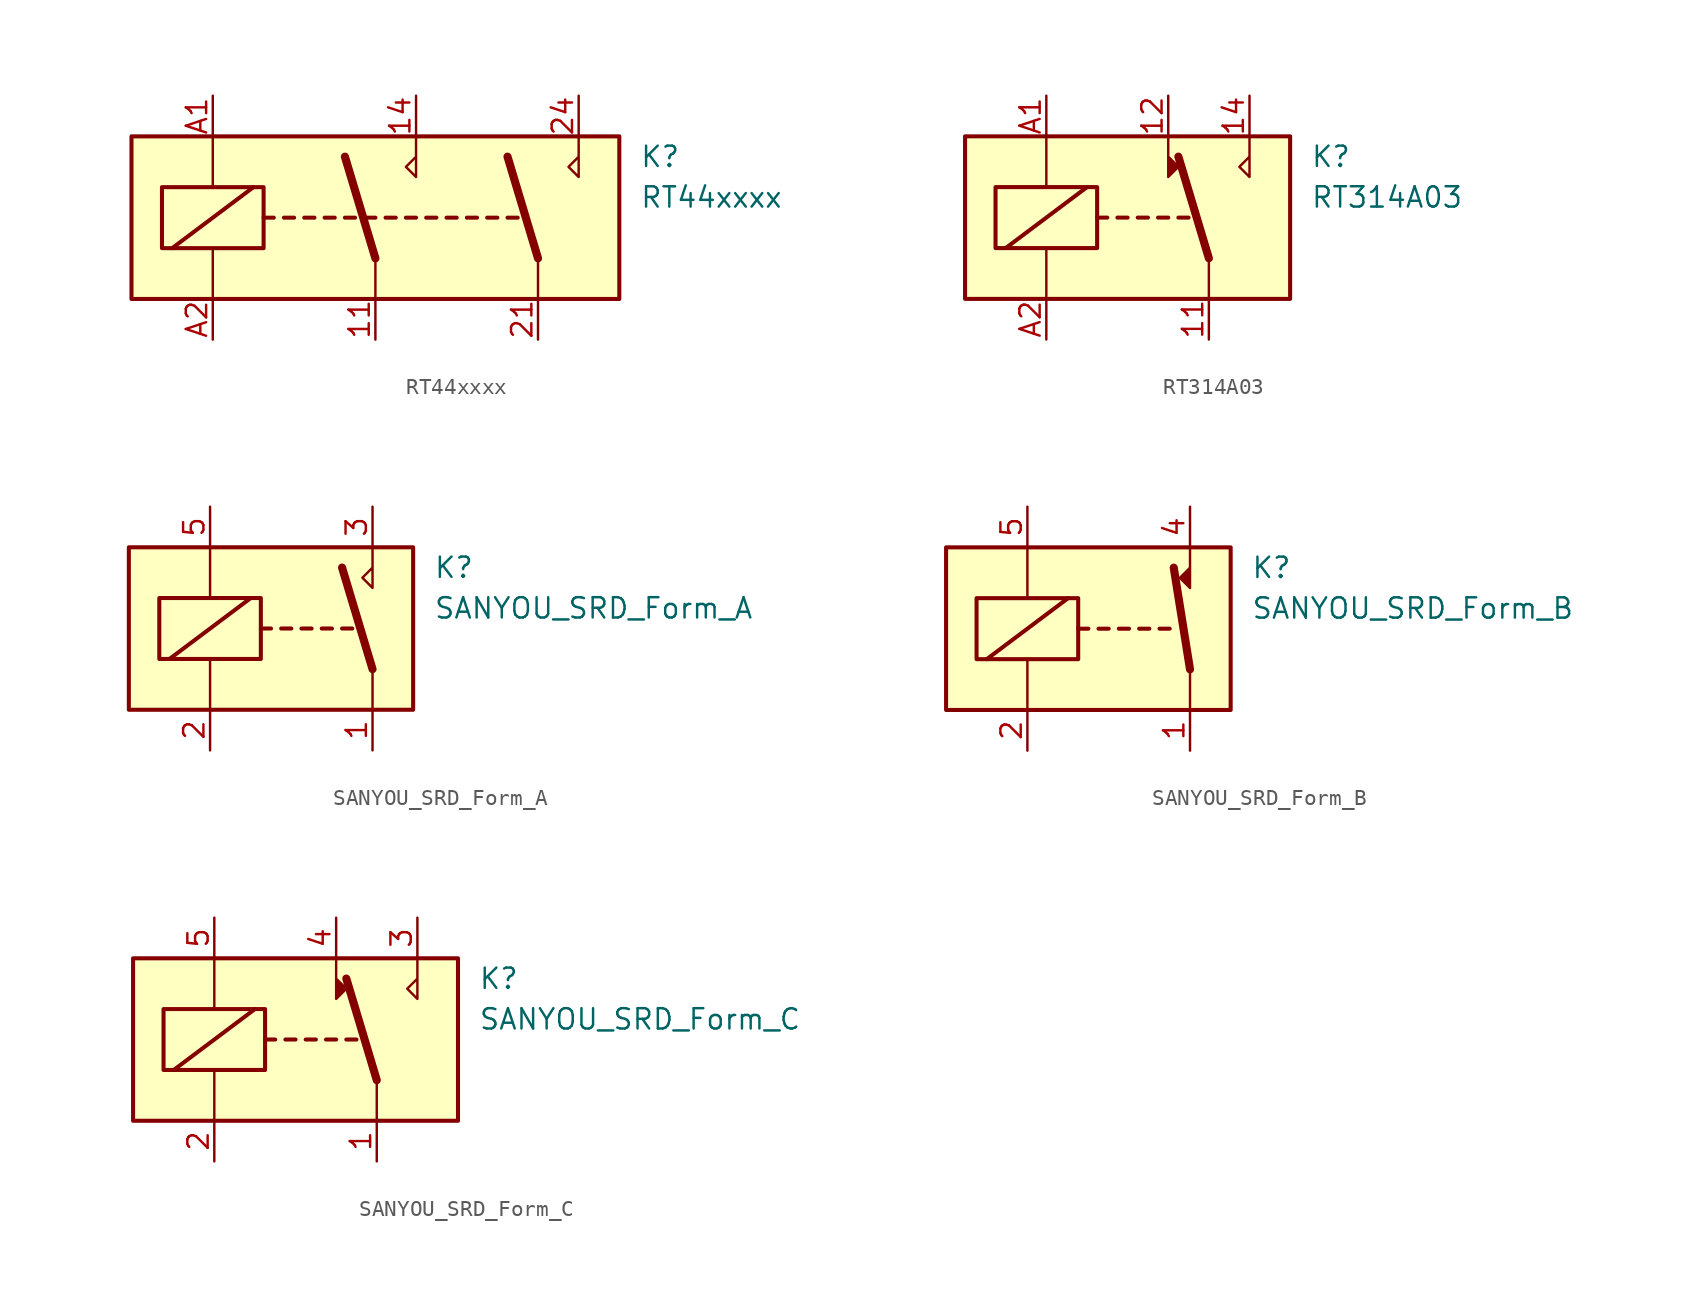
<source format=kicad_sym>
(kicad_symbol_lib
  (version 20201005)
  (generator kicad_symbol_editor)
  (symbol "RT44xxxx"
    (property "Reference" "K"
      (at 16.51 3.81 0)
      (effects (font (size 1.27 1.27)) (justify left)))
    (property "Value" "RT44xxxx"
      (at 16.51 1.27 0)
      (effects (font (size 1.27 1.27)) (justify left)))
    (symbol "RT44xxxx_0_1"
      (rectangle (start -13.335 1.905) (end -6.985 -1.905) (stroke (width 0.254)) (fill (type none)))
      (rectangle (start -15.24 5.08) (end 15.24 -5.08) (stroke (width 0.254)) (fill (type background)))
      (polyline (pts (xy -12.7 -1.905) (xy -7.62 1.905)) (stroke (width 0.254)) (fill (type none)))
      (polyline (pts (xy -10.16 -5.08) (xy -10.16 -1.905)) (stroke (width 0)) (fill (type none)))
      (polyline (pts (xy -10.16 5.08) (xy -10.16 1.905)) (stroke (width 0)) (fill (type none)))
      (polyline (pts (xy -6.985 0) (xy -6.35 0)) (stroke (width 0.254)) (fill (type none)))
      (polyline (pts (xy -5.715 0) (xy -5.08 0)) (stroke (width 0.254)) (fill (type none)))
      (polyline (pts (xy -4.445 0) (xy -3.81 0)) (stroke (width 0.254)) (fill (type none)))
      (polyline (pts (xy -3.175 0) (xy -2.54 0)) (stroke (width 0.254)) (fill (type none)))
      (polyline (pts (xy -1.905 0) (xy -1.27 0)) (stroke (width 0.254)) (fill (type none)))
      (polyline (pts (xy -0.635 0) (xy 0 0)) (stroke (width 0.254)) (fill (type none)))
      (polyline (pts (xy 0 -2.54) (xy -1.905 3.81)) (stroke (width 0.508)) (fill (type none)))
      (polyline (pts (xy 0 -2.54) (xy 0 -5.08)) (stroke (width 0)) (fill (type none)))
      (polyline (pts (xy 0.635 0) (xy 1.27 0)) (stroke (width 0.254)) (fill (type none)))
      (polyline (pts (xy 1.905 0) (xy 2.54 0)) (stroke (width 0.254)) (fill (type none)))
      (polyline (pts (xy 3.175 0) (xy 3.81 0)) (stroke (width 0.254)) (fill (type none)))
      (polyline (pts (xy 4.445 0) (xy 5.08 0)) (stroke (width 0.254)) (fill (type none)))
      (polyline (pts (xy 5.715 0) (xy 6.35 0)) (stroke (width 0.254)) (fill (type none)))
      (polyline (pts (xy 6.985 0) (xy 7.62 0)) (stroke (width 0.254)) (fill (type none)))
      (polyline (pts (xy 8.255 0) (xy 8.89 0)) (stroke (width 0.254)) (fill (type none)))
      (polyline (pts (xy 10.16 -2.54) (xy 8.255 3.81)) (stroke (width 0.508)) (fill (type none)))
      (polyline (pts (xy 10.16 -2.54) (xy 10.16 -5.08)) (stroke (width 0)) (fill (type none)))
      (polyline (pts (xy 2.54 5.08) (xy 2.54 2.54) (xy 1.905 3.175) (xy 2.54 3.81)) (stroke (width 0)) (fill (type none)))
      (polyline (pts (xy 12.7 5.08) (xy 12.7 2.54) (xy 12.065 3.175) (xy 12.7 3.81)) (stroke (width 0)) (fill (type none))))
    (symbol "RT44xxxx_1_1"
      (pin passive line (at 0 -7.62 90) (length 2.54) (name "~" (effects (font (size 1.27 1.27)))) (number "11" (effects (font (size 1.27 1.27)))))
      (pin passive line (at 2.54 7.62 270) (length 2.54) (name "~" (effects (font (size 1.27 1.27)))) (number "14" (effects (font (size 1.27 1.27)))))
      (pin passive line (at 10.16 -7.62 90) (length 2.54) (name "~" (effects (font (size 1.27 1.27)))) (number "21" (effects (font (size 1.27 1.27)))))
      (pin passive line (at 12.7 7.62 270) (length 2.54) (name "~" (effects (font (size 1.27 1.27)))) (number "24" (effects (font (size 1.27 1.27)))))
      (pin passive line (at -10.16 7.62 270) (length 2.54) (name "~" (effects (font (size 1.27 1.27)))) (number "A1" (effects (font (size 1.27 1.27)))))
      (pin passive line (at -10.16 -7.62 90) (length 2.54) (name "~" (effects (font (size 1.27 1.27)))) (number "A2" (effects (font (size 1.27 1.27)))))))
  (symbol "RT314A03"
    (property "Reference" "K"
      (at 11.43 3.81 0)
      (effects (font (size 1.27 1.27)) (justify left)))
    (property "Value" "RT314A03"
      (at 11.43 1.27 0)
      (effects (font (size 1.27 1.27)) (justify left)))
    (symbol "RT314A03_0_0"
      (polyline (pts (xy -2.54 1.905) (xy -7.62 -1.905)) (stroke (width 0.254)) (fill (type none))))
    (symbol "RT314A03_0_1"
      (rectangle (start -8.255 1.905) (end -1.905 -1.905) (stroke (width 0.254)) (fill (type none)))
      (rectangle (start -10.16 5.08) (end 10.16 -5.08) (stroke (width 0.254)) (fill (type background)))
      (polyline (pts (xy -5.08 -5.08) (xy -5.08 -1.905)) (stroke (width 0)) (fill (type none)))
      (polyline (pts (xy -5.08 5.08) (xy -5.08 1.905)) (stroke (width 0)) (fill (type none)))
      (polyline (pts (xy -1.905 0) (xy -1.27 0)) (stroke (width 0.254)) (fill (type none)))
      (polyline (pts (xy -0.635 0) (xy 0 0)) (stroke (width 0.254)) (fill (type none)))
      (polyline (pts (xy 0.635 0) (xy 1.27 0)) (stroke (width 0.254)) (fill (type none)))
      (polyline (pts (xy 1.905 0) (xy 2.54 0)) (stroke (width 0.254)) (fill (type none)))
      (polyline (pts (xy 3.175 0) (xy 3.81 0)) (stroke (width 0.254)) (fill (type none)))
      (polyline (pts (xy 5.08 -2.54) (xy 3.175 3.81)) (stroke (width 0.508)) (fill (type none)))
      (polyline (pts (xy 5.08 -2.54) (xy 5.08 -5.08)) (stroke (width 0)) (fill (type none)))
      (polyline (pts (xy 7.62 5.08) (xy 7.62 2.54) (xy 6.985 3.175) (xy 7.62 3.81)) (stroke (width 0)) (fill (type none)))
      (polyline (pts (xy 2.54 5.08) (xy 2.54 2.54) (xy 3.175 3.175) (xy 2.54 3.81)) (stroke (width 0)) (fill (type outline))))
    (symbol "RT314A03_1_1"
      (pin passive line (at 5.08 -7.62 90) (length 2.54) (name "~" (effects (font (size 1.27 1.27)))) (number "11" (effects (font (size 1.27 1.27)))))
      (pin passive line (at 2.54 7.62 270) (length 2.54) (name "~" (effects (font (size 1.27 1.27)))) (number "12" (effects (font (size 1.27 1.27)))))
      (pin passive line (at 7.62 7.62 270) (length 2.54) (name "~" (effects (font (size 1.27 1.27)))) (number "14" (effects (font (size 1.27 1.27)))))
      (pin passive line (at -5.08 7.62 270) (length 2.54) (name "~" (effects (font (size 1.27 1.27)))) (number "A1" (effects (font (size 1.27 1.27)))))
      (pin passive line (at -5.08 -7.62 90) (length 2.54) (name "~" (effects (font (size 1.27 1.27)))) (number "A2" (effects (font (size 1.27 1.27)))))))
  (symbol "SANYOU_SRD_Form_A"
    (property "Reference" "K"
      (at 8.89 3.81 0)
      (effects (font (size 1.27 1.27)) (justify left)))
    (property "Value" "SANYOU_SRD_Form_A"
      (at 8.89 1.27 0)
      (effects (font (size 1.27 1.27)) (justify left)))
    (symbol "SANYOU_SRD_Form_A_0_0"
      (polyline (pts (xy 5.08 5.08) (xy 5.08 2.54) (xy 4.445 3.175) (xy 5.08 3.81)) (stroke (width 0)) (fill (type none))))
    (symbol "SANYOU_SRD_Form_A_0_1"
      (rectangle (start -8.255 1.905) (end -1.905 -1.905) (stroke (width 0.254)) (fill (type none)))
      (rectangle (start -10.16 5.08) (end 7.62 -5.08) (stroke (width 0.254)) (fill (type background)))
      (polyline (pts (xy -7.62 -1.905) (xy -2.54 1.905)) (stroke (width 0.254)) (fill (type none)))
      (polyline (pts (xy -5.08 -5.08) (xy -5.08 -1.905)) (stroke (width 0)) (fill (type none)))
      (polyline (pts (xy -5.08 5.08) (xy -5.08 1.905)) (stroke (width 0)) (fill (type none)))
      (polyline (pts (xy -1.905 0) (xy -1.27 0)) (stroke (width 0.254)) (fill (type none)))
      (polyline (pts (xy -0.635 0) (xy 0 0)) (stroke (width 0.254)) (fill (type none)))
      (polyline (pts (xy 0.635 0) (xy 1.27 0)) (stroke (width 0.254)) (fill (type none)))
      (polyline (pts (xy 1.905 0) (xy 2.54 0)) (stroke (width 0.254)) (fill (type none)))
      (polyline (pts (xy 3.175 0) (xy 3.81 0)) (stroke (width 0.254)) (fill (type none)))
      (polyline (pts (xy 5.08 -2.54) (xy 3.175 3.81)) (stroke (width 0.508)) (fill (type none)))
      (polyline (pts (xy 5.08 -2.54) (xy 5.08 -5.08)) (stroke (width 0)) (fill (type none))))
    (symbol "SANYOU_SRD_Form_A_1_1"
      (pin passive line (at 5.08 -7.62 90) (length 2.54) (name "~" (effects (font (size 1.27 1.27)))) (number "1" (effects (font (size 1.27 1.27)))))
      (pin passive line (at -5.08 -7.62 90) (length 2.54) (name "~" (effects (font (size 1.27 1.27)))) (number "2" (effects (font (size 1.27 1.27)))))
      (pin passive line (at 5.08 7.62 270) (length 2.54) (name "~" (effects (font (size 1.27 1.27)))) (number "3" (effects (font (size 1.27 1.27)))))
      (pin passive line (at -5.08 7.62 270) (length 2.54) (name "~" (effects (font (size 1.27 1.27)))) (number "5" (effects (font (size 1.27 1.27)))))))
  (symbol "SANYOU_SRD_Form_B"
    (property "Reference" "K"
      (at 8.89 3.81 0)
      (effects (font (size 1.27 1.27)) (justify left)))
    (property "Value" "SANYOU_SRD_Form_B"
      (at 8.89 1.27 0)
      (effects (font (size 1.27 1.27)) (justify left)))
    (symbol "SANYOU_SRD_Form_B_0_1"
      (rectangle (start -8.255 1.905) (end -1.905 -1.905) (stroke (width 0.254)) (fill (type none)))
      (rectangle (start -10.16 5.08) (end 7.62 -5.08) (stroke (width 0.254)) (fill (type background)))
      (polyline (pts (xy -7.62 -1.905) (xy -2.54 1.905)) (stroke (width 0.254)) (fill (type none)))
      (polyline (pts (xy -5.08 -5.08) (xy -5.08 -1.905)) (stroke (width 0)) (fill (type none)))
      (polyline (pts (xy -5.08 5.08) (xy -5.08 1.905)) (stroke (width 0)) (fill (type none)))
      (polyline (pts (xy -1.905 0) (xy -1.27 0)) (stroke (width 0.254)) (fill (type none)))
      (polyline (pts (xy -0.635 0) (xy 0 0)) (stroke (width 0.254)) (fill (type none)))
      (polyline (pts (xy 0.635 0) (xy 1.27 0)) (stroke (width 0.254)) (fill (type none)))
      (polyline (pts (xy 1.905 0) (xy 2.54 0)) (stroke (width 0.254)) (fill (type none)))
      (polyline (pts (xy 3.175 0) (xy 3.81 0)) (stroke (width 0.254)) (fill (type none)))
      (polyline (pts (xy 5.08 -2.54) (xy 4.064 3.81)) (stroke (width 0.508)) (fill (type none)))
      (polyline (pts (xy 5.08 -2.54) (xy 5.08 -5.08)) (stroke (width 0)) (fill (type none)))
      (polyline (pts (xy 5.08 3.81) (xy 4.445 3.175) (xy 5.08 2.54) (xy 5.08 5.08)) (stroke (width 0)) (fill (type outline))))
    (symbol "SANYOU_SRD_Form_B_1_1"
      (pin passive line (at 5.08 -7.62 90) (length 2.54) (name "~" (effects (font (size 1.27 1.27)))) (number "1" (effects (font (size 1.27 1.27)))))
      (pin passive line (at -5.08 -7.62 90) (length 2.54) (name "~" (effects (font (size 1.27 1.27)))) (number "2" (effects (font (size 1.27 1.27)))))
      (pin passive line (at 5.08 7.62 270) (length 2.54) (name "~" (effects (font (size 1.27 1.27)))) (number "4" (effects (font (size 1.27 1.27)))))
      (pin passive line (at -5.08 7.62 270) (length 2.54) (name "~" (effects (font (size 1.27 1.27)))) (number "5" (effects (font (size 1.27 1.27)))))))
  (symbol "SANYOU_SRD_Form_C"
    (property "Reference" "K"
      (at 11.43 3.81 0)
      (effects (font (size 1.27 1.27)) (justify left)))
    (property "Value" "SANYOU_SRD_Form_C"
      (at 11.43 1.27 0)
      (effects (font (size 1.27 1.27)) (justify left)))
    (symbol "SANYOU_SRD_Form_C_0_0"
      (polyline (pts (xy 7.62 5.08) (xy 7.62 2.54) (xy 6.985 3.175) (xy 7.62 3.81)) (stroke (width 0)) (fill (type none))))
    (symbol "SANYOU_SRD_Form_C_0_1"
      (rectangle (start -8.255 1.905) (end -1.905 -1.905) (stroke (width 0.254)) (fill (type none)))
      (rectangle (start -10.16 5.08) (end 10.16 -5.08) (stroke (width 0.254)) (fill (type background)))
      (polyline (pts (xy -7.62 -1.905) (xy -2.54 1.905)) (stroke (width 0.254)) (fill (type none)))
      (polyline (pts (xy -5.08 -5.08) (xy -5.08 -1.905)) (stroke (width 0)) (fill (type none)))
      (polyline (pts (xy -5.08 5.08) (xy -5.08 1.905)) (stroke (width 0)) (fill (type none)))
      (polyline (pts (xy -1.905 0) (xy -1.27 0)) (stroke (width 0.254)) (fill (type none)))
      (polyline (pts (xy -0.635 0) (xy 0 0)) (stroke (width 0.254)) (fill (type none)))
      (polyline (pts (xy 0.635 0) (xy 1.27 0)) (stroke (width 0.254)) (fill (type none)))
      (polyline (pts (xy 1.905 0) (xy 2.54 0)) (stroke (width 0.254)) (fill (type none)))
      (polyline (pts (xy 3.175 0) (xy 3.81 0)) (stroke (width 0.254)) (fill (type none)))
      (polyline (pts (xy 5.08 -2.54) (xy 3.175 3.81)) (stroke (width 0.508)) (fill (type none)))
      (polyline (pts (xy 5.08 -2.54) (xy 5.08 -5.08)) (stroke (width 0)) (fill (type none))))
    (symbol "SANYOU_SRD_Form_C_1_1"
      (polyline (pts (xy 2.54 3.81) (xy 3.175 3.175) (xy 2.54 2.54) (xy 2.54 5.08)) (stroke (width 0)) (fill (type outline)))
      (pin passive line (at 5.08 -7.62 90) (length 2.54) (name "~" (effects (font (size 1.27 1.27)))) (number "1" (effects (font (size 1.27 1.27)))))
      (pin passive line (at -5.08 -7.62 90) (length 2.54) (name "~" (effects (font (size 1.27 1.27)))) (number "2" (effects (font (size 1.27 1.27)))))
      (pin passive line (at 7.62 7.62 270) (length 2.54) (name "~" (effects (font (size 1.27 1.27)))) (number "3" (effects (font (size 1.27 1.27)))))
      (pin passive line (at 2.54 7.62 270) (length 2.54) (name "~" (effects (font (size 1.27 1.27)))) (number "4" (effects (font (size 1.27 1.27)))))
      (pin passive line (at -5.08 7.62 270) (length 2.54) (name "~" (effects (font (size 1.27 1.27)))) (number "5" (effects (font (size 1.27 1.27))))))))
</source>
